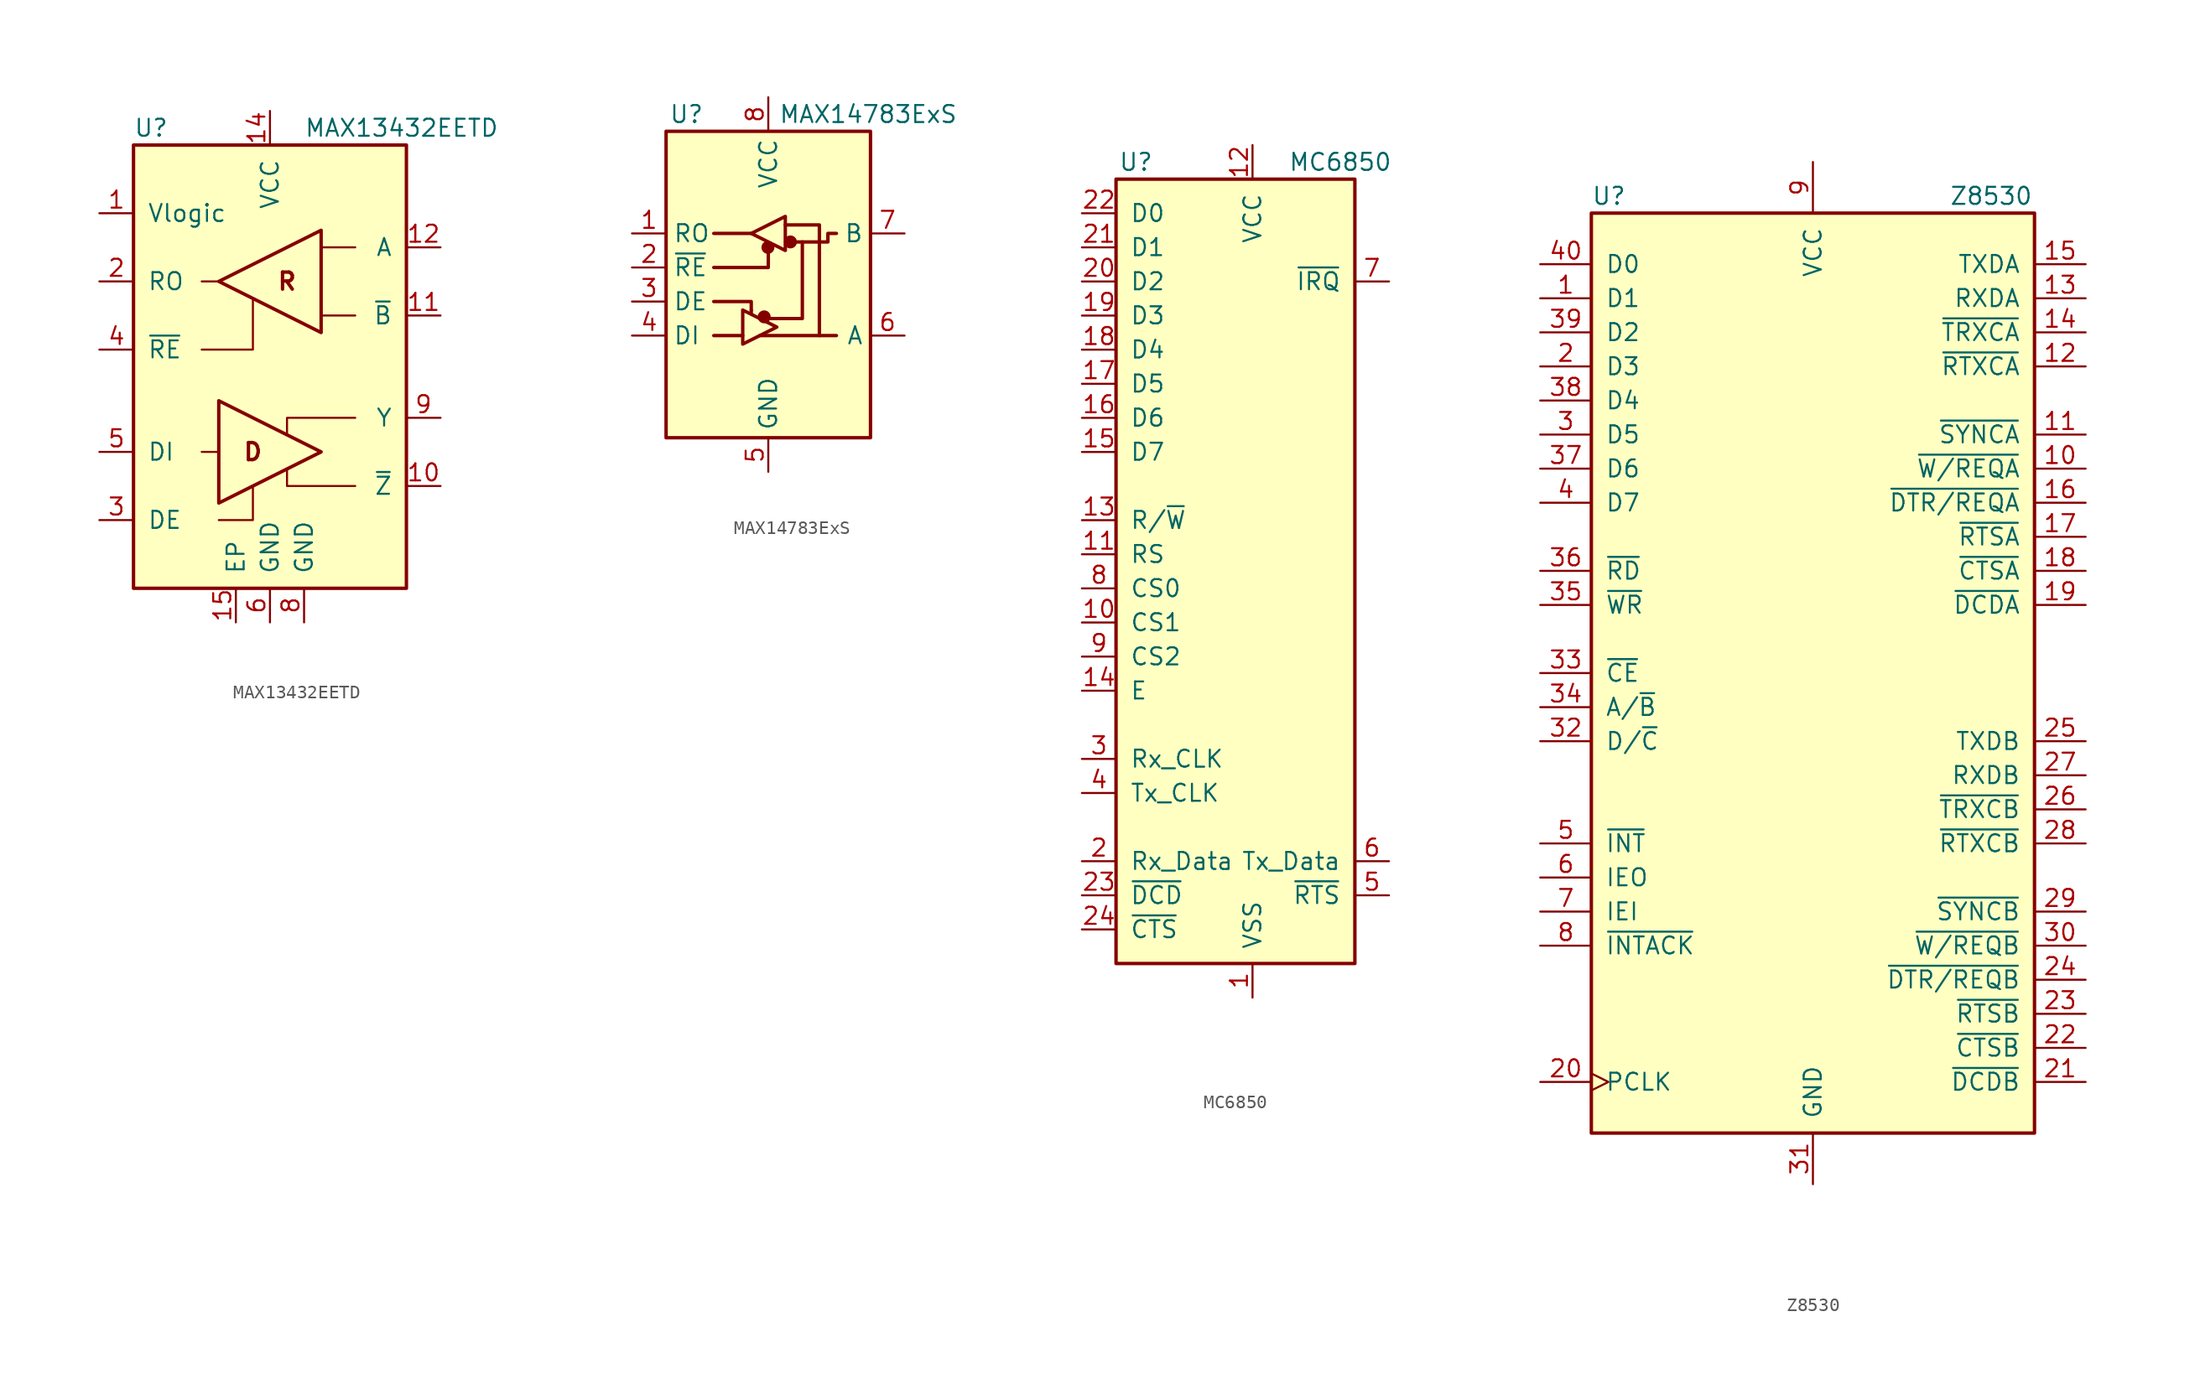
<source format=kicad_sym>
(kicad_symbol_lib
  (version 20201005)
  (generator kicad_symbol_editor)
  (symbol "MAX13432EETD"
    (pin_names
      (offset 1.016))
    (property "Reference" "U"
      (at -10.16 19.05 0)
      (effects (font (size 1.27 1.27)) (justify left)))
    (property "Value" "MAX13432EETD"
      (at 2.54 19.05 0)
      (effects (font (size 1.27 1.27)) (justify left)))
    (symbol "MAX13432EETD_0_0"
      (text "D" (at -1.27 -5.08 0) (effects (font (size 1.27 1.27) bold)))
      (text "R" (at 1.27 7.62 0) (effects (font (size 1.27 1.27) bold))))
    (symbol "MAX13432EETD_0_1"
      (rectangle (start -10.16 -15.24) (end 10.16 17.78) (stroke (width 0.254)) (fill (type background)))
      (polyline (pts (xy -5.08 -5.08) (xy -3.81 -5.08)) (stroke (width 0)) (fill (type none)))
      (polyline (pts (xy -3.81 7.62) (xy -5.08 7.62)) (stroke (width 0)) (fill (type none)))
      (polyline (pts (xy 6.35 5.08) (xy 3.81 5.08) (xy 3.81 5.08)) (stroke (width 0)) (fill (type none)))
      (polyline (pts (xy 6.35 10.16) (xy 3.81 10.16) (xy 3.81 10.16)) (stroke (width 0)) (fill (type none)))
      (polyline (pts (xy -3.81 -10.16) (xy -1.27 -10.16) (xy -1.27 -7.62) (xy -1.27 -7.62)) (stroke (width 0)) (fill (type none)))
      (polyline (pts (xy -1.27 6.35) (xy -1.27 2.54) (xy -2.54 2.54) (xy -5.08 2.54)) (stroke (width 0)) (fill (type none)))
      (polyline (pts (xy 6.35 -7.62) (xy 1.27 -7.62) (xy 1.27 -6.35) (xy 1.27 -6.35)) (stroke (width 0)) (fill (type none)))
      (polyline (pts (xy 6.35 -2.54) (xy 1.27 -2.54) (xy 1.27 -3.81) (xy 1.27 -3.81)) (stroke (width 0)) (fill (type none)))
      (polyline (pts (xy -3.81 -1.27) (xy -3.81 -8.89) (xy 3.81 -5.08) (xy -3.81 -1.27) (xy -3.81 -1.27)) (stroke (width 0.254)) (fill (type none)))
      (polyline (pts (xy 3.81 11.43) (xy 3.81 3.81) (xy -3.81 7.62) (xy 3.81 11.43) (xy 3.81 11.43)) (stroke (width 0.254)) (fill (type none))))
    (symbol "MAX13432EETD_1_1"
      (pin power_in line (at -12.7 12.7 0) (length 2.54) (name "Vlogic" (effects (font (size 1.27 1.27)))) (number "1" (effects (font (size 1.27 1.27)))))
      (pin output line (at 12.7 -7.62 180) (length 2.54) (name "~Z~" (effects (font (size 1.27 1.27)))) (number "10" (effects (font (size 1.27 1.27)))))
      (pin input line (at 12.7 5.08 180) (length 2.54) (name "~B" (effects (font (size 1.27 1.27)))) (number "11" (effects (font (size 1.27 1.27)))))
      (pin input line (at 12.7 10.16 180) (length 2.54) (name "A" (effects (font (size 1.27 1.27)))) (number "12" (effects (font (size 1.27 1.27)))))
      (pin no_connect line (at 10.16 0 180) (length 2.54) hide (name "NC" (effects (font (size 1.27 1.27)))) (number "13" (effects (font (size 1.27 1.27)))))
      (pin power_in line (at 0 20.32 270) (length 2.54) (name "VCC" (effects (font (size 1.27 1.27)))) (number "14" (effects (font (size 1.27 1.27)))))
      (pin power_in line (at -2.54 -17.78 90) (length 2.54) (name "EP" (effects (font (size 1.27 1.27)))) (number "15" (effects (font (size 1.27 1.27)))))
      (pin output line (at -12.7 7.62 0) (length 2.54) (name "RO" (effects (font (size 1.27 1.27)))) (number "2" (effects (font (size 1.27 1.27)))))
      (pin input line (at -12.7 -10.16 0) (length 2.54) (name "DE" (effects (font (size 1.27 1.27)))) (number "3" (effects (font (size 1.27 1.27)))))
      (pin input line (at -12.7 2.54 0) (length 2.54) (name "~RE" (effects (font (size 1.27 1.27)))) (number "4" (effects (font (size 1.27 1.27)))))
      (pin input line (at -12.7 -5.08 0) (length 2.54) (name "DI" (effects (font (size 1.27 1.27)))) (number "5" (effects (font (size 1.27 1.27)))))
      (pin power_in line (at 0 -17.78 90) (length 2.54) (name "GND" (effects (font (size 1.27 1.27)))) (number "6" (effects (font (size 1.27 1.27)))))
      (pin no_connect line (at 10.16 2.54 180) (length 2.54) hide (name "NC" (effects (font (size 1.27 1.27)))) (number "7" (effects (font (size 1.27 1.27)))))
      (pin power_in line (at 2.54 -17.78 90) (length 2.54) (name "GND" (effects (font (size 1.27 1.27)))) (number "8" (effects (font (size 1.27 1.27)))))
      (pin output line (at 12.7 -2.54 180) (length 2.54) (name "Y" (effects (font (size 1.27 1.27)))) (number "9" (effects (font (size 1.27 1.27)))))))
  (symbol "MAX14783ExS"
    (property "Reference" "U"
      (at -6.096 11.43 0)
      (effects (font (size 1.27 1.27))))
    (property "Value" "MAX14783ExS"
      (at 0.762 11.43 0)
      (effects (font (size 1.27 1.27)) (justify left)))
    (symbol "MAX14783ExS_0_1"
      (circle (center -0.305 -3.683) (radius 0.356) (stroke (width 0.254)) (fill (type outline)))
      (circle (center -0.025 1.499) (radius 0.356) (stroke (width 0.254)) (fill (type outline)))
      (circle (center 1.651 1.905) (radius 0.356) (stroke (width 0.254)) (fill (type outline)))
      (rectangle (start -7.62 10.16) (end 7.62 -12.7) (stroke (width 0.254)) (fill (type background)))
      (rectangle (start 1.27 3.175) (end 1.27 3.175) (stroke (width 0)) (fill (type none)))
      (polyline (pts (xy -4.064 -5.08) (xy -1.905 -5.08)) (stroke (width 0.254)) (fill (type none)))
      (polyline (pts (xy -4.064 2.54) (xy -1.27 2.54)) (stroke (width 0.254)) (fill (type none)))
      (polyline (pts (xy -1.27 -3.2) (xy -1.27 -3.454)) (stroke (width 0.254)) (fill (type none)))
      (polyline (pts (xy -0.635 -5.08) (xy 5.08 -5.08)) (stroke (width 0.254)) (fill (type none)))
      (polyline (pts (xy -4.064 -2.54) (xy -1.27 -2.54) (xy -1.27 -3.175)) (stroke (width 0.254)) (fill (type none)))
      (polyline (pts (xy 0 1.27) (xy 0 0) (xy -4.064 0)) (stroke (width 0.254)) (fill (type none)))
      (polyline (pts (xy 1.27 3.175) (xy 3.81 3.175) (xy 3.81 -5.08)) (stroke (width 0.254)) (fill (type none)))
      (polyline (pts (xy 2.54 1.905) (xy 2.54 -3.81) (xy 0 -3.81)) (stroke (width 0.254)) (fill (type none)))
      (polyline (pts (xy -1.905 -3.175) (xy -1.905 -5.715) (xy 0.635 -4.445) (xy -1.905 -3.175)) (stroke (width 0.254)) (fill (type none)))
      (polyline (pts (xy -1.27 2.54) (xy 1.27 3.81) (xy 1.27 1.27) (xy -1.27 2.54)) (stroke (width 0.254)) (fill (type none)))
      (polyline (pts (xy 1.905 1.905) (xy 4.445 1.905) (xy 4.445 2.54) (xy 5.08 2.54)) (stroke (width 0.254)) (fill (type none))))
    (symbol "MAX14783ExS_1_1"
      (pin output line (at -10.16 2.54 0) (length 2.54) (name "RO" (effects (font (size 1.27 1.27)))) (number "1" (effects (font (size 1.27 1.27)))))
      (pin input line (at -10.16 0 0) (length 2.54) (name "~RE" (effects (font (size 1.27 1.27)))) (number "2" (effects (font (size 1.27 1.27)))))
      (pin input line (at -10.16 -2.54 0) (length 2.54) (name "DE" (effects (font (size 1.27 1.27)))) (number "3" (effects (font (size 1.27 1.27)))))
      (pin input line (at -10.16 -5.08 0) (length 2.54) (name "DI" (effects (font (size 1.27 1.27)))) (number "4" (effects (font (size 1.27 1.27)))))
      (pin power_in line (at 0 -15.24 90) (length 2.54) (name "GND" (effects (font (size 1.27 1.27)))) (number "5" (effects (font (size 1.27 1.27)))))
      (pin bidirectional line (at 10.16 -5.08 180) (length 2.54) (name "A" (effects (font (size 1.27 1.27)))) (number "6" (effects (font (size 1.27 1.27)))))
      (pin bidirectional line (at 10.16 2.54 180) (length 2.54) (name "B" (effects (font (size 1.27 1.27)))) (number "7" (effects (font (size 1.27 1.27)))))
      (pin power_in line (at 0 12.7 270) (length 2.54) (name "VCC" (effects (font (size 1.27 1.27)))) (number "8" (effects (font (size 1.27 1.27)))))))
  (symbol "MC6850"
    (pin_names
      (offset 1.016))
    (property "Reference" "U"
      (at -7.366 31.75 0)
      (effects (font (size 1.27 1.27)) (justify right)))
    (property "Value" "MC6850"
      (at 10.414 31.75 0)
      (effects (font (size 1.27 1.27)) (justify right)))
    (symbol "MC6850_1_1"
      (rectangle (start -10.16 -27.94) (end 7.62 30.48) (stroke (width 0.254)) (fill (type background)))
      (pin power_in line (at 0 -30.48 90) (length 2.54) (name "VSS" (effects (font (size 1.27 1.27)))) (number "1" (effects (font (size 1.27 1.27)))))
      (pin input line (at -12.7 -2.54 0) (length 2.54) (name "CS1" (effects (font (size 1.27 1.27)))) (number "10" (effects (font (size 1.27 1.27)))))
      (pin input line (at -12.7 2.54 0) (length 2.54) (name "RS" (effects (font (size 1.27 1.27)))) (number "11" (effects (font (size 1.27 1.27)))))
      (pin power_in line (at 0 33.02 270) (length 2.54) (name "VCC" (effects (font (size 1.27 1.27)))) (number "12" (effects (font (size 1.27 1.27)))))
      (pin input line (at -12.7 5.08 0) (length 2.54) (name "R/~W" (effects (font (size 1.27 1.27)))) (number "13" (effects (font (size 1.27 1.27)))))
      (pin input line (at -12.7 -7.62 0) (length 2.54) (name "E" (effects (font (size 1.27 1.27)))) (number "14" (effects (font (size 1.27 1.27)))))
      (pin bidirectional line (at -12.7 10.16 0) (length 2.54) (name "D7" (effects (font (size 1.27 1.27)))) (number "15" (effects (font (size 1.27 1.27)))))
      (pin bidirectional line (at -12.7 12.7 0) (length 2.54) (name "D6" (effects (font (size 1.27 1.27)))) (number "16" (effects (font (size 1.27 1.27)))))
      (pin bidirectional line (at -12.7 15.24 0) (length 2.54) (name "D5" (effects (font (size 1.27 1.27)))) (number "17" (effects (font (size 1.27 1.27)))))
      (pin bidirectional line (at -12.7 17.78 0) (length 2.54) (name "D4" (effects (font (size 1.27 1.27)))) (number "18" (effects (font (size 1.27 1.27)))))
      (pin bidirectional line (at -12.7 20.32 0) (length 2.54) (name "D3" (effects (font (size 1.27 1.27)))) (number "19" (effects (font (size 1.27 1.27)))))
      (pin input line (at -12.7 -20.32 0) (length 2.54) (name "Rx_Data" (effects (font (size 1.27 1.27)))) (number "2" (effects (font (size 1.27 1.27)))))
      (pin bidirectional line (at -12.7 22.86 0) (length 2.54) (name "D2" (effects (font (size 1.27 1.27)))) (number "20" (effects (font (size 1.27 1.27)))))
      (pin bidirectional line (at -12.7 25.4 0) (length 2.54) (name "D1" (effects (font (size 1.27 1.27)))) (number "21" (effects (font (size 1.27 1.27)))))
      (pin bidirectional line (at -12.7 27.94 0) (length 2.54) (name "D0" (effects (font (size 1.27 1.27)))) (number "22" (effects (font (size 1.27 1.27)))))
      (pin input line (at -12.7 -22.86 0) (length 2.54) (name "~DCD" (effects (font (size 1.27 1.27)))) (number "23" (effects (font (size 1.27 1.27)))))
      (pin input line (at -12.7 -25.4 0) (length 2.54) (name "~CTS" (effects (font (size 1.27 1.27)))) (number "24" (effects (font (size 1.27 1.27)))))
      (pin input line (at -12.7 -12.7 0) (length 2.54) (name "Rx_CLK" (effects (font (size 1.27 1.27)))) (number "3" (effects (font (size 1.27 1.27)))))
      (pin input line (at -12.7 -15.24 0) (length 2.54) (name "Tx_CLK" (effects (font (size 1.27 1.27)))) (number "4" (effects (font (size 1.27 1.27)))))
      (pin output line (at 10.16 -22.86 180) (length 2.54) (name "~RTS" (effects (font (size 1.27 1.27)))) (number "5" (effects (font (size 1.27 1.27)))))
      (pin output line (at 10.16 -20.32 180) (length 2.54) (name "Tx_Data" (effects (font (size 1.27 1.27)))) (number "6" (effects (font (size 1.27 1.27)))))
      (pin output line (at 10.16 22.86 180) (length 2.54) (name "~IRQ" (effects (font (size 1.27 1.27)))) (number "7" (effects (font (size 1.27 1.27)))))
      (pin input line (at -12.7 0 0) (length 2.54) (name "CS0" (effects (font (size 1.27 1.27)))) (number "8" (effects (font (size 1.27 1.27)))))
      (pin input line (at -12.7 -5.08 0) (length 2.54) (name "CS2" (effects (font (size 1.27 1.27)))) (number "9" (effects (font (size 1.27 1.27)))))))
  (symbol "Z8530"
    (pin_names
      (offset 1.016))
    (property "Reference" "U"
      (at -16.51 35.56 0)
      (effects (font (size 1.27 1.27)) (justify left)))
    (property "Value" "Z8530"
      (at 10.16 35.56 0)
      (effects (font (size 1.27 1.27)) (justify left)))
    (symbol "Z8530_0_1"
      (rectangle (start -16.51 -34.29) (end 16.51 34.29) (stroke (width 0.254)) (fill (type background))))
    (symbol "Z8530_1_1"
      (pin input line (at -20.32 27.94 0) (length 3.81) (name "D1" (effects (font (size 1.27 1.27)))) (number "1" (effects (font (size 1.27 1.27)))))
      (pin output line (at 20.32 15.24 180) (length 3.81) (name "~W/REQA~" (effects (font (size 1.27 1.27)))) (number "10" (effects (font (size 1.27 1.27)))))
      (pin bidirectional line (at 20.32 17.78 180) (length 3.81) (name "~SYNCA~" (effects (font (size 1.27 1.27)))) (number "11" (effects (font (size 1.27 1.27)))))
      (pin input line (at 20.32 22.86 180) (length 3.81) (name "~RTXCA" (effects (font (size 1.27 1.27)))) (number "12" (effects (font (size 1.27 1.27)))))
      (pin input line (at 20.32 27.94 180) (length 3.81) (name "RXDA" (effects (font (size 1.27 1.27)))) (number "13" (effects (font (size 1.27 1.27)))))
      (pin bidirectional line (at 20.32 25.4 180) (length 3.81) (name "~TRXCA" (effects (font (size 1.27 1.27)))) (number "14" (effects (font (size 1.27 1.27)))))
      (pin output line (at 20.32 30.48 180) (length 3.81) (name "TXDA" (effects (font (size 1.27 1.27)))) (number "15" (effects (font (size 1.27 1.27)))))
      (pin output line (at 20.32 12.7 180) (length 3.81) (name "~DTR/REQA" (effects (font (size 1.27 1.27)))) (number "16" (effects (font (size 1.27 1.27)))))
      (pin output line (at 20.32 10.16 180) (length 3.81) (name "~RTSA" (effects (font (size 1.27 1.27)))) (number "17" (effects (font (size 1.27 1.27)))))
      (pin input line (at 20.32 7.62 180) (length 3.81) (name "~CTSA" (effects (font (size 1.27 1.27)))) (number "18" (effects (font (size 1.27 1.27)))))
      (pin input line (at 20.32 5.08 180) (length 3.81) (name "~DCDA" (effects (font (size 1.27 1.27)))) (number "19" (effects (font (size 1.27 1.27)))))
      (pin input line (at -20.32 22.86 0) (length 3.81) (name "D3" (effects (font (size 1.27 1.27)))) (number "2" (effects (font (size 1.27 1.27)))))
      (pin input clock (at -20.32 -30.48 0) (length 3.81) (name "PCLK" (effects (font (size 1.27 1.27)))) (number "20" (effects (font (size 1.27 1.27)))))
      (pin input line (at 20.32 -30.48 180) (length 3.81) (name "~DCDB" (effects (font (size 1.27 1.27)))) (number "21" (effects (font (size 1.27 1.27)))))
      (pin input line (at 20.32 -27.94 180) (length 3.81) (name "~CTSB" (effects (font (size 1.27 1.27)))) (number "22" (effects (font (size 1.27 1.27)))))
      (pin output line (at 20.32 -25.4 180) (length 3.81) (name "~RTSB" (effects (font (size 1.27 1.27)))) (number "23" (effects (font (size 1.27 1.27)))))
      (pin output line (at 20.32 -22.86 180) (length 3.81) (name "~DTR/REQB" (effects (font (size 1.27 1.27)))) (number "24" (effects (font (size 1.27 1.27)))))
      (pin output line (at 20.32 -5.08 180) (length 3.81) (name "TXDB" (effects (font (size 1.27 1.27)))) (number "25" (effects (font (size 1.27 1.27)))))
      (pin bidirectional line (at 20.32 -10.16 180) (length 3.81) (name "~TRXCB" (effects (font (size 1.27 1.27)))) (number "26" (effects (font (size 1.27 1.27)))))
      (pin input line (at 20.32 -7.62 180) (length 3.81) (name "RXDB" (effects (font (size 1.27 1.27)))) (number "27" (effects (font (size 1.27 1.27)))))
      (pin input line (at 20.32 -12.7 180) (length 3.81) (name "~RTXCB" (effects (font (size 1.27 1.27)))) (number "28" (effects (font (size 1.27 1.27)))))
      (pin bidirectional line (at 20.32 -17.78 180) (length 3.81) (name "~SYNCB" (effects (font (size 1.27 1.27)))) (number "29" (effects (font (size 1.27 1.27)))))
      (pin input line (at -20.32 17.78 0) (length 3.81) (name "D5" (effects (font (size 1.27 1.27)))) (number "3" (effects (font (size 1.27 1.27)))))
      (pin output line (at 20.32 -20.32 180) (length 3.81) (name "~W/REQB" (effects (font (size 1.27 1.27)))) (number "30" (effects (font (size 1.27 1.27)))))
      (pin power_in line (at 0 -38.1 90) (length 3.81) (name "GND" (effects (font (size 1.27 1.27)))) (number "31" (effects (font (size 1.27 1.27)))))
      (pin input line (at -20.32 -5.08 0) (length 3.81) (name "D/~C~" (effects (font (size 1.27 1.27)))) (number "32" (effects (font (size 1.27 1.27)))))
      (pin input line (at -20.32 0 0) (length 3.81) (name "~CE" (effects (font (size 1.27 1.27)))) (number "33" (effects (font (size 1.27 1.27)))))
      (pin input line (at -20.32 -2.54 0) (length 3.81) (name "A/~B~" (effects (font (size 1.27 1.27)))) (number "34" (effects (font (size 1.27 1.27)))))
      (pin input line (at -20.32 5.08 0) (length 3.81) (name "~WR" (effects (font (size 1.27 1.27)))) (number "35" (effects (font (size 1.27 1.27)))))
      (pin input line (at -20.32 7.62 0) (length 3.81) (name "~RD" (effects (font (size 1.27 1.27)))) (number "36" (effects (font (size 1.27 1.27)))))
      (pin input line (at -20.32 15.24 0) (length 3.81) (name "D6" (effects (font (size 1.27 1.27)))) (number "37" (effects (font (size 1.27 1.27)))))
      (pin input line (at -20.32 20.32 0) (length 3.81) (name "D4" (effects (font (size 1.27 1.27)))) (number "38" (effects (font (size 1.27 1.27)))))
      (pin input line (at -20.32 25.4 0) (length 3.81) (name "D2" (effects (font (size 1.27 1.27)))) (number "39" (effects (font (size 1.27 1.27)))))
      (pin input line (at -20.32 12.7 0) (length 3.81) (name "D7" (effects (font (size 1.27 1.27)))) (number "4" (effects (font (size 1.27 1.27)))))
      (pin input line (at -20.32 30.48 0) (length 3.81) (name "D0" (effects (font (size 1.27 1.27)))) (number "40" (effects (font (size 1.27 1.27)))))
      (pin open_collector line (at -20.32 -12.7 0) (length 3.81) (name "~INT" (effects (font (size 1.27 1.27)))) (number "5" (effects (font (size 1.27 1.27)))))
      (pin output line (at -20.32 -15.24 0) (length 3.81) (name "IEO" (effects (font (size 1.27 1.27)))) (number "6" (effects (font (size 1.27 1.27)))))
      (pin input line (at -20.32 -17.78 0) (length 3.81) (name "IEI" (effects (font (size 1.27 1.27)))) (number "7" (effects (font (size 1.27 1.27)))))
      (pin input line (at -20.32 -20.32 0) (length 3.81) (name "~INTACK" (effects (font (size 1.27 1.27)))) (number "8" (effects (font (size 1.27 1.27)))))
      (pin power_in line (at 0 38.1 270) (length 3.81) (name "VCC" (effects (font (size 1.27 1.27)))) (number "9" (effects (font (size 1.27 1.27))))))))
</source>
